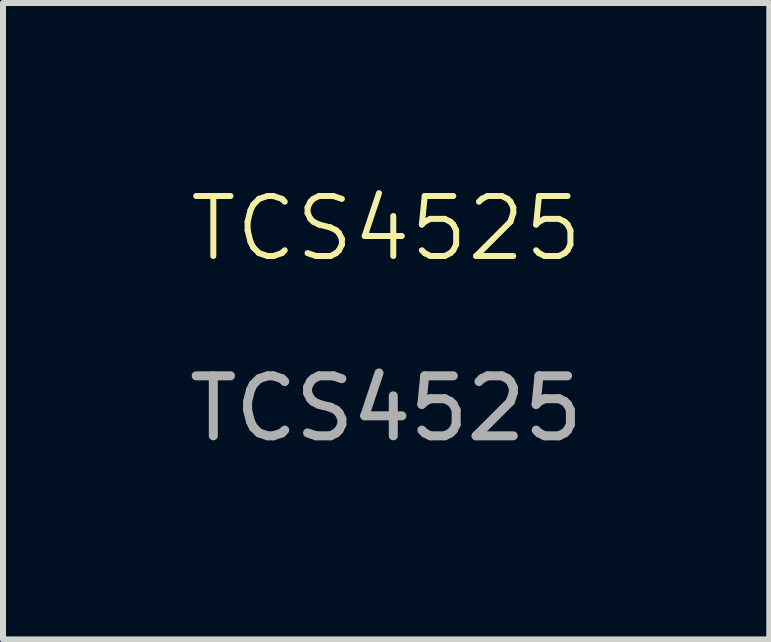
<source format=kicad_pcb>
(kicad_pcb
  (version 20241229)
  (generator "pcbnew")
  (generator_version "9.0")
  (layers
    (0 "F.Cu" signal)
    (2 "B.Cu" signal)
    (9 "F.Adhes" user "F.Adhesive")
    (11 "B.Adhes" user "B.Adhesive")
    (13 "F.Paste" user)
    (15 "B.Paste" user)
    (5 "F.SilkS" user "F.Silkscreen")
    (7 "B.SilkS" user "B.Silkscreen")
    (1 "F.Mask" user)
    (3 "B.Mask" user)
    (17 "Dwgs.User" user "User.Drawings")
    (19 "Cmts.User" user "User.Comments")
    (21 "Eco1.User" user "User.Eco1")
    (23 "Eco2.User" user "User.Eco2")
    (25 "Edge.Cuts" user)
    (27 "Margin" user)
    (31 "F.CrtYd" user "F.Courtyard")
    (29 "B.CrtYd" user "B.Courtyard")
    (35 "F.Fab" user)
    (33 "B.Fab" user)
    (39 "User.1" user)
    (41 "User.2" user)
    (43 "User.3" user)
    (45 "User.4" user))
  (footprint "TCS4525"
    (layer "F.Cu")
    (at 3.387 1.26)
    (property "Reference" "TCS4525" (at 0 -0.5 0) (unlocked yes) (layer "F.SilkS") (effects (font (size 1 1) (thickness 0.1))))
    (attr smd)
    (fp_text user "${REFERENCE}" (at 0 2.5 0) (unlocked yes) (layer "F.Fab") (effects (font (size 1 1) (thickness 0.15)))))
  (gr_rect
    (start -3 -3)
    (end 9.774 7.609)
    (stroke (width 0.1) (type default))
    (fill no)
    (layer "Edge.Cuts")))
</source>
